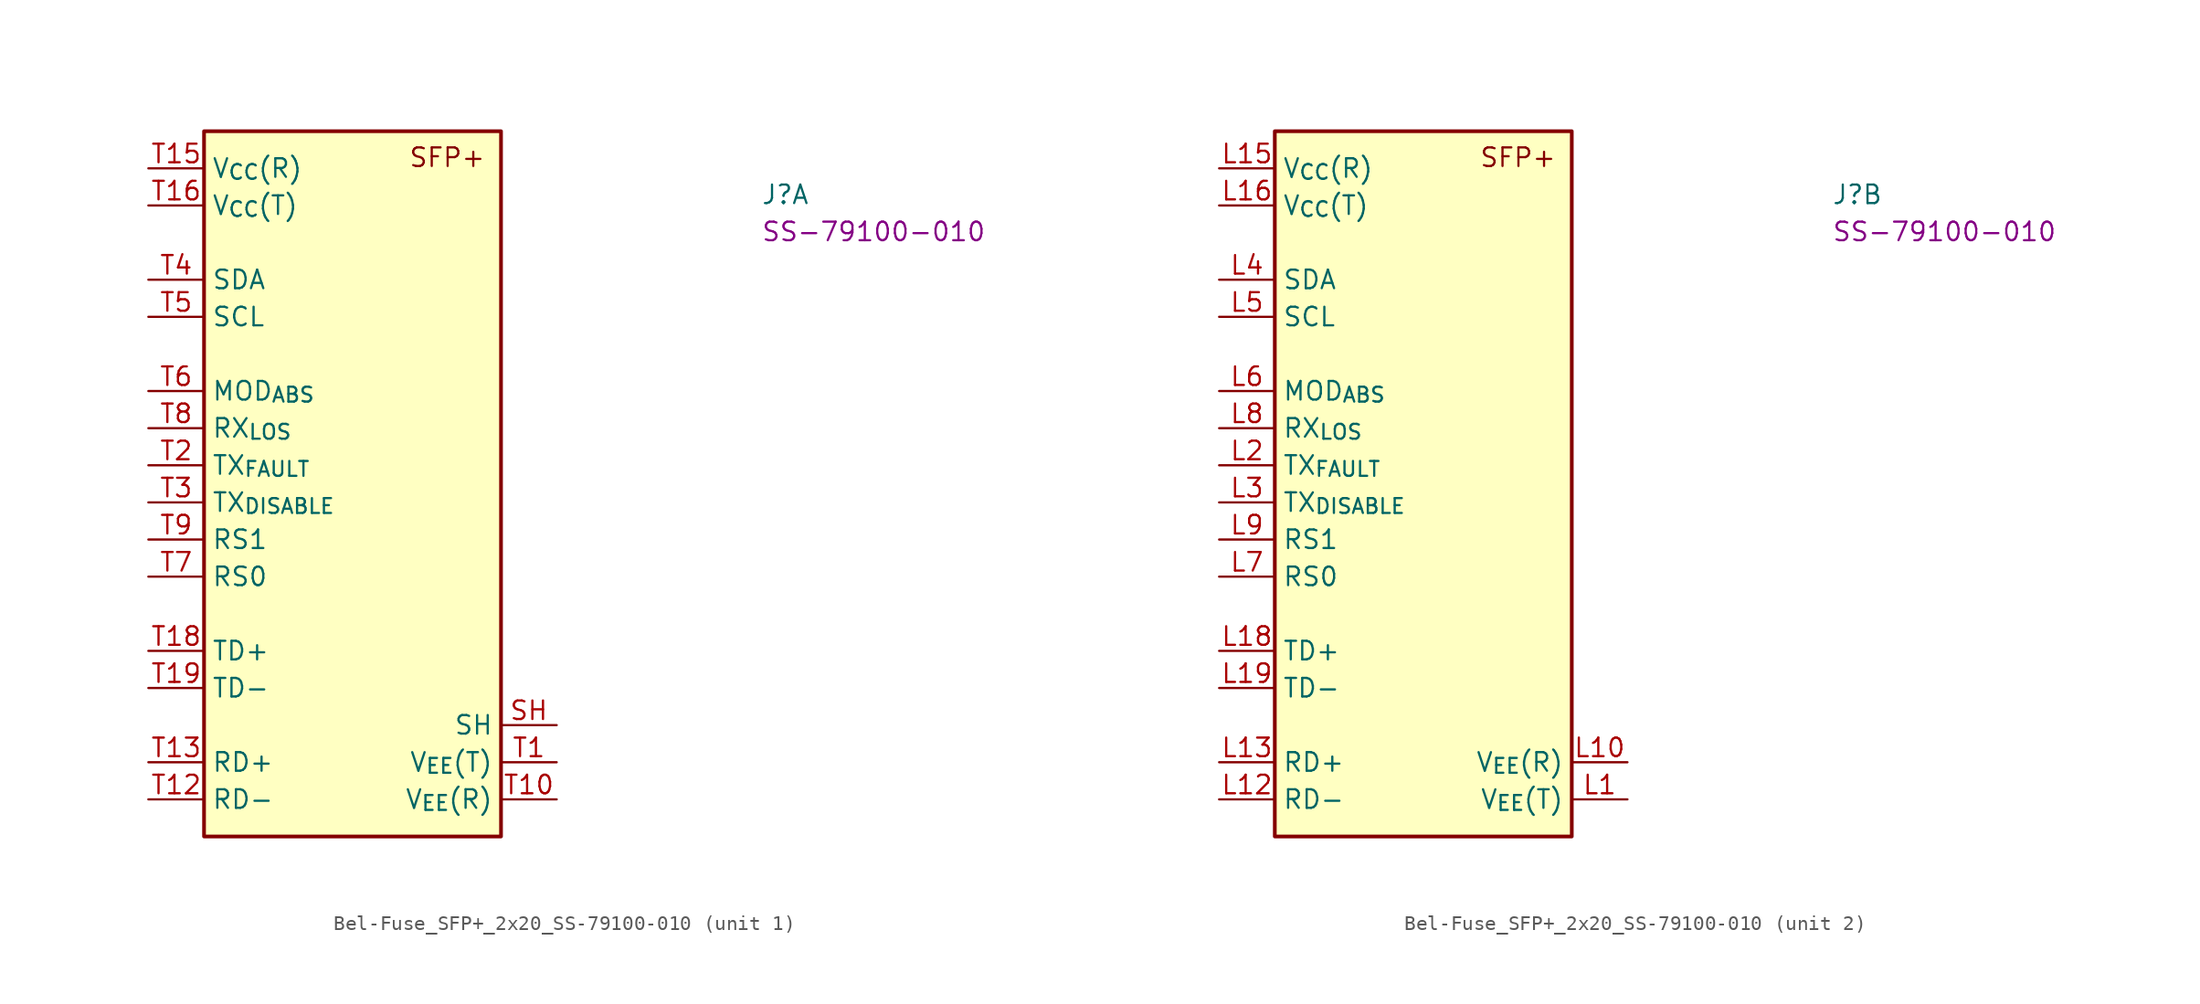
<source format=kicad_sym>
(kicad_symbol_lib
  (version 20220914)
  (generator kicad_symbol_editor)
  (symbol "Bel-Fuse_SFP+_2x20_SS-79100-010"
    (property "Reference" "J"
      (at 41.91 -2.54 0)
      (effects (font (size 1.27 1.27) (thickness 0.15)) (justify left bottom)))
    (property "MPN" "SS-79100-010"
      (at 41.91 -5.08 0)
      (effects (font (size 1.27 1.27) (thickness 0.15)) (justify left bottom)))
    (property "ki_locked" ""
      (at 0 0 0)
      (effects (font (size 1.27 1.27))))
    (symbol "Bel-Fuse_SFP+_2x20_SS-79100-010_1_1"
      (rectangle (start 3.81 2.54) (end 24.13 -45.72) (stroke (width 0.254) (type default)) (fill (type background)))
      (text "SFP+\n" (at 17.78 0 0) (effects (font (size 1.27 1.27) (thickness 0.15)) (justify left bottom)))
      (pin passive line (at 27.94 -38.1 180) (length 3.81) (name "SH" (effects (font (size 1.27 1.27)))) (number "SH" (effects (font (size 1.27 1.27)))))
      (pin passive line (at 27.94 -40.64 180) (length 3.81) (name "V_{EE}(T)" (effects (font (size 1.27 1.27)))) (number "T1" (effects (font (size 1.27 1.27)))))
      (pin passive line (at 27.94 -43.18 180) (length 3.81) (name "V_{EE}(R)" (effects (font (size 1.27 1.27)))) (number "T10" (effects (font (size 1.27 1.27)))))
      (pin passive line (at 27.94 -43.18 180) (length 3.81) hide (name "V_{EE}(R)" (effects (font (size 1.27 1.27)))) (number "T11" (effects (font (size 1.27 1.27)))))
      (pin output line (at 0 -43.18 0) (length 3.81) (name "RD-" (effects (font (size 1.27 1.27)))) (number "T12" (effects (font (size 1.27 1.27)))))
      (pin output line (at 0 -40.64 0) (length 3.81) (name "RD+" (effects (font (size 1.27 1.27)))) (number "T13" (effects (font (size 1.27 1.27)))))
      (pin passive line (at 27.94 -43.18 180) (length 3.81) hide (name "V_{EE}(R)" (effects (font (size 1.27 1.27)))) (number "T14" (effects (font (size 1.27 1.27)))))
      (pin power_in line (at 0 0 0) (length 3.81) (name "V_{CC}(R)" (effects (font (size 1.27 1.27)))) (number "T15" (effects (font (size 1.27 1.27)))))
      (pin power_in line (at 0 -2.54 0) (length 3.81) (name "V_{CC}(T)" (effects (font (size 1.27 1.27)))) (number "T16" (effects (font (size 1.27 1.27)))))
      (pin passive line (at 27.94 -40.64 180) (length 3.81) hide (name "V_{EE}(T)" (effects (font (size 1.27 1.27)))) (number "T17" (effects (font (size 1.27 1.27)))))
      (pin input line (at 0 -33.02 0) (length 3.81) (name "TD+" (effects (font (size 1.27 1.27)))) (number "T18" (effects (font (size 1.27 1.27)))))
      (pin input line (at 0 -35.56 0) (length 3.81) (name "TD-" (effects (font (size 1.27 1.27)))) (number "T19" (effects (font (size 1.27 1.27)))))
      (pin open_collector line (at 0 -20.32 0) (length 3.81) (name "TX_{FAULT}" (effects (font (size 1.27 1.27)))) (number "T2" (effects (font (size 1.27 1.27)))))
      (pin passive line (at 27.94 -40.64 180) (length 3.81) hide (name "V_{EE}(T)" (effects (font (size 1.27 1.27)))) (number "T20" (effects (font (size 1.27 1.27)))))
      (pin input line (at 0 -22.86 0) (length 3.81) (name "TX_{DISABLE}" (effects (font (size 1.27 1.27)))) (number "T3" (effects (font (size 1.27 1.27)))))
      (pin bidirectional line (at 0 -7.62 0) (length 3.81) (name "SDA" (effects (font (size 1.27 1.27)))) (number "T4" (effects (font (size 1.27 1.27)))))
      (pin bidirectional line (at 0 -10.16 0) (length 3.81) (name "SCL" (effects (font (size 1.27 1.27)))) (number "T5" (effects (font (size 1.27 1.27)))))
      (pin passive line (at 0 -15.24 0) (length 3.81) (name "MOD_{ABS}" (effects (font (size 1.27 1.27)))) (number "T6" (effects (font (size 1.27 1.27)))))
      (pin input line (at 0 -27.94 0) (length 3.81) (name "RS0" (effects (font (size 1.27 1.27)))) (number "T7" (effects (font (size 1.27 1.27)))))
      (pin open_collector line (at 0 -17.78 0) (length 3.81) (name "RX_{LOS}" (effects (font (size 1.27 1.27)))) (number "T8" (effects (font (size 1.27 1.27)))))
      (pin input line (at 0 -25.4 0) (length 3.81) (name "RS1" (effects (font (size 1.27 1.27)))) (number "T9" (effects (font (size 1.27 1.27))))))
    (symbol "Bel-Fuse_SFP+_2x20_SS-79100-010_2_1"
      (rectangle (start 3.81 2.54) (end 24.13 -45.72) (stroke (width 0.254) (type default)) (fill (type background)))
      (text "SFP+\n" (at 17.78 0 0) (effects (font (size 1.27 1.27) (thickness 0.15)) (justify left bottom)))
      (pin passive line (at 27.94 -43.18 180) (length 3.81) (name "V_{EE}(T)" (effects (font (size 1.27 1.27)))) (number "L1" (effects (font (size 1.27 1.27)))))
      (pin passive line (at 27.94 -40.64 180) (length 3.81) (name "V_{EE}(R)" (effects (font (size 1.27 1.27)))) (number "L10" (effects (font (size 1.27 1.27)))))
      (pin passive line (at 27.94 -40.64 180) (length 3.81) hide (name "V_{EE}(R)" (effects (font (size 1.27 1.27)))) (number "L11" (effects (font (size 1.27 1.27)))))
      (pin output line (at 0 -43.18 0) (length 3.81) (name "RD-" (effects (font (size 1.27 1.27)))) (number "L12" (effects (font (size 1.27 1.27)))))
      (pin output line (at 0 -40.64 0) (length 3.81) (name "RD+" (effects (font (size 1.27 1.27)))) (number "L13" (effects (font (size 1.27 1.27)))))
      (pin passive line (at 27.94 -40.64 180) (length 3.81) hide (name "V_{EE}(R)" (effects (font (size 1.27 1.27)))) (number "L14" (effects (font (size 1.27 1.27)))))
      (pin power_in line (at 0 0 0) (length 3.81) (name "V_{CC}(R)" (effects (font (size 1.27 1.27)))) (number "L15" (effects (font (size 1.27 1.27)))))
      (pin power_in line (at 0 -2.54 0) (length 3.81) (name "V_{CC}(T)" (effects (font (size 1.27 1.27)))) (number "L16" (effects (font (size 1.27 1.27)))))
      (pin passive line (at 27.94 -43.18 180) (length 3.81) hide (name "V_{EE}(T)" (effects (font (size 1.27 1.27)))) (number "L17" (effects (font (size 1.27 1.27)))))
      (pin input line (at 0 -33.02 0) (length 3.81) (name "TD+" (effects (font (size 1.27 1.27)))) (number "L18" (effects (font (size 1.27 1.27)))))
      (pin input line (at 0 -35.56 0) (length 3.81) (name "TD-" (effects (font (size 1.27 1.27)))) (number "L19" (effects (font (size 1.27 1.27)))))
      (pin open_collector line (at 0 -20.32 0) (length 3.81) (name "TX_{FAULT}" (effects (font (size 1.27 1.27)))) (number "L2" (effects (font (size 1.27 1.27)))))
      (pin passive line (at 27.94 -43.18 180) (length 3.81) hide (name "V_{EE}(T)" (effects (font (size 1.27 1.27)))) (number "L20" (effects (font (size 1.27 1.27)))))
      (pin input line (at 0 -22.86 0) (length 3.81) (name "TX_{DISABLE}" (effects (font (size 1.27 1.27)))) (number "L3" (effects (font (size 1.27 1.27)))))
      (pin bidirectional line (at 0 -7.62 0) (length 3.81) (name "SDA" (effects (font (size 1.27 1.27)))) (number "L4" (effects (font (size 1.27 1.27)))))
      (pin bidirectional line (at 0 -10.16 0) (length 3.81) (name "SCL" (effects (font (size 1.27 1.27)))) (number "L5" (effects (font (size 1.27 1.27)))))
      (pin passive line (at 0 -15.24 0) (length 3.81) (name "MOD_{ABS}" (effects (font (size 1.27 1.27)))) (number "L6" (effects (font (size 1.27 1.27)))))
      (pin input line (at 0 -27.94 0) (length 3.81) (name "RS0" (effects (font (size 1.27 1.27)))) (number "L7" (effects (font (size 1.27 1.27)))))
      (pin open_collector line (at 0 -17.78 0) (length 3.81) (name "RX_{LOS}" (effects (font (size 1.27 1.27)))) (number "L8" (effects (font (size 1.27 1.27)))))
      (pin input line (at 0 -25.4 0) (length 3.81) (name "RS1" (effects (font (size 1.27 1.27)))) (number "L9" (effects (font (size 1.27 1.27))))))))
</source>
